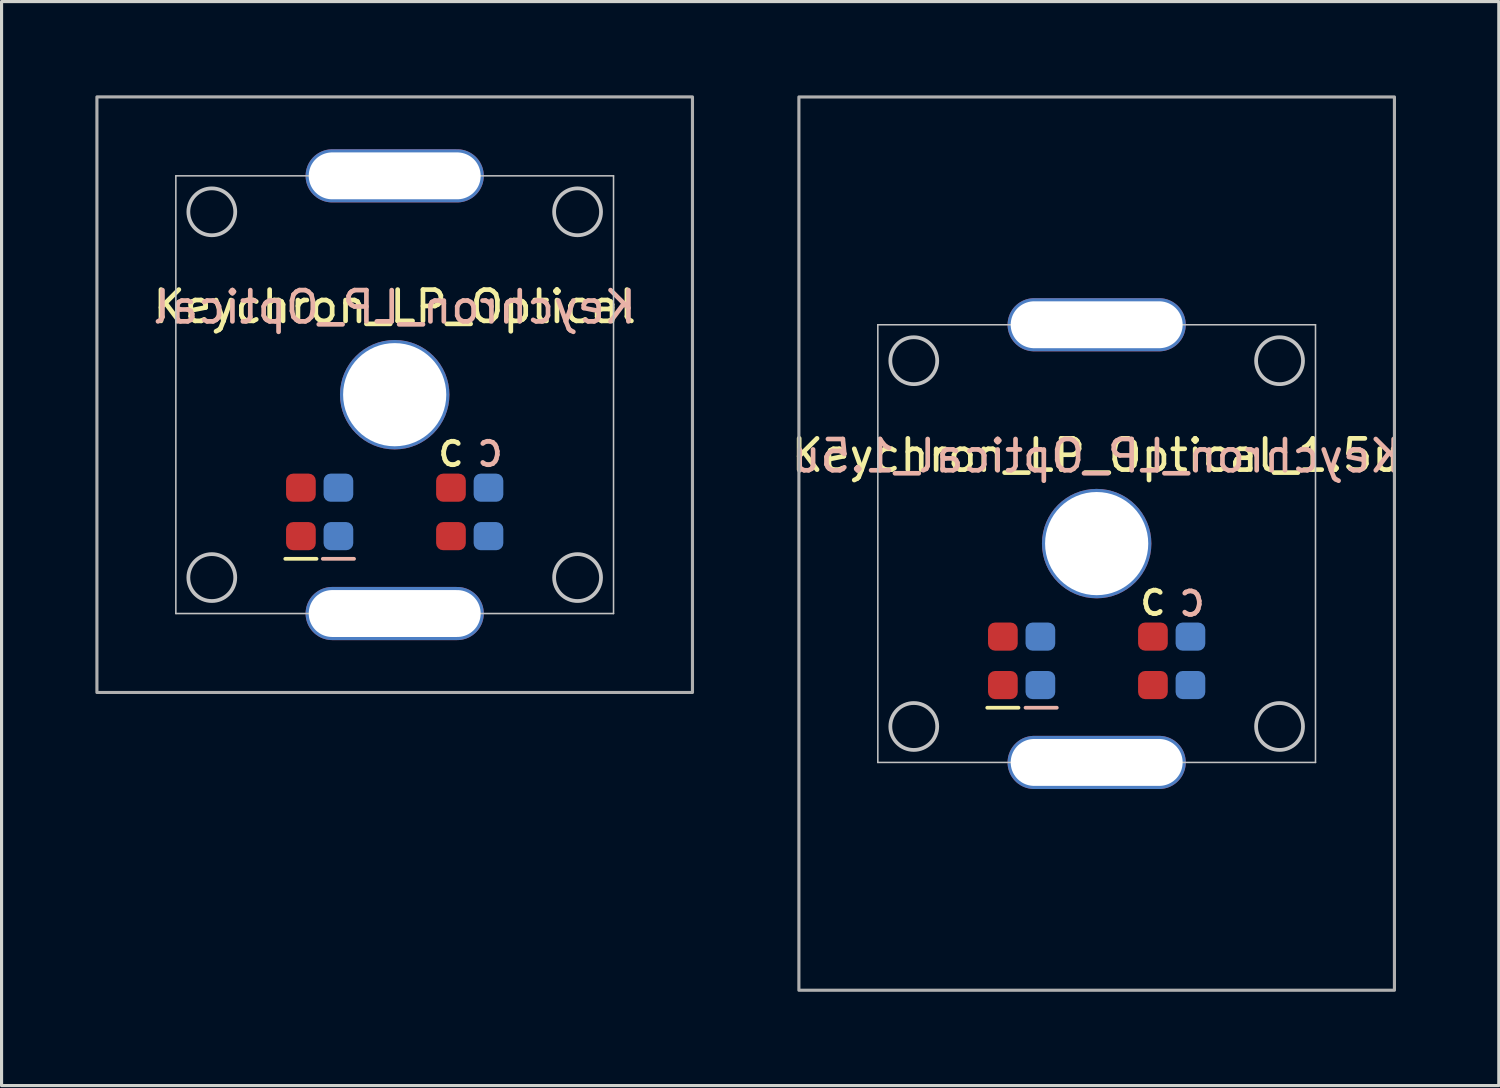
<source format=kicad_pcb>
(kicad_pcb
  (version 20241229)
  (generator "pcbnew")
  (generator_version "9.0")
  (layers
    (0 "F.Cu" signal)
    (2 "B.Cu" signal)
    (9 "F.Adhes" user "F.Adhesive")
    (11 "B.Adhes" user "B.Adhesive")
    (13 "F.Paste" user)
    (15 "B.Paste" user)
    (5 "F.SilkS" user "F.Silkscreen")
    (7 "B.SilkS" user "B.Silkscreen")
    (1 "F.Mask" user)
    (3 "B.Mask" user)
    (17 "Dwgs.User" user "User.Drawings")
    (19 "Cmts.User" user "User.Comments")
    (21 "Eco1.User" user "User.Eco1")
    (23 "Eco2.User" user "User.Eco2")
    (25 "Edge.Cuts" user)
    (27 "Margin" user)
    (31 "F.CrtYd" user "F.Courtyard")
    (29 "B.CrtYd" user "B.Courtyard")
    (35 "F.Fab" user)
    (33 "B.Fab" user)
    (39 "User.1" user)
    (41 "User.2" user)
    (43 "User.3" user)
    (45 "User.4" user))
  (footprint "Keychron_LP_Optical"
    (layer "F.Cu")
    (at 9.575 9.575)
    (property "Reference" "Keychron_LP_Optical" (at 0 -2.8 0) (unlocked yes) (layer "B.SilkS") (effects (font (size 1 1) (thickness 0.15)) (justify mirror)))
    (attr smd)
    (fp_line (start -3.5 5.25) (end -2.5 5.25) (stroke (width 0.12) (type solid)) (layer "F.SilkS"))
    (fp_line (start -2.3 5.25) (end -1.3 5.25) (stroke (width 0.12) (type solid)) (layer "B.SilkS"))
    (fp_line (start -7 -7) (end 7 -7) (stroke (width 0.05) (type solid)) (layer "Dwgs.User"))
    (fp_line (start -7 7) (end -7 -7) (stroke (width 0.05) (type solid)) (layer "Dwgs.User"))
    (fp_line (start 7 -7) (end 7 7) (stroke (width 0.05) (type solid)) (layer "Dwgs.User"))
    (fp_line (start 7 7) (end -7 7) (stroke (width 0.05) (type solid)) (layer "Dwgs.User"))
    (fp_circle (center -5.85 -5.85) (end -5.1 -5.85) (stroke (width 0.12) (type solid)) (fill no) (layer "Dwgs.User"))
    (fp_circle (center -5.85 5.85) (end -5.1 5.85) (stroke (width 0.12) (type solid)) (fill no) (layer "Dwgs.User"))
    (fp_circle (center 5.85 -5.85) (end 6.6 -5.85) (stroke (width 0.12) (type solid)) (fill no) (layer "Dwgs.User"))
    (fp_circle (center 5.85 5.85) (end 6.6 5.85) (stroke (width 0.12) (type solid)) (fill no) (layer "Dwgs.User"))
    (fp_rect (start -9.525 -9.525) (end 9.525 9.525) (stroke (width 0.1) (type solid)) (fill no) (layer "F.Fab"))
    (fp_rect (start -4 2.25) (end -2 5.25) (stroke (width 0.12) (type solid)) (fill no) (layer "User.2"))
    (fp_rect (start -0.8 -5.55) (end 0.8 -4.05) (stroke (width 0.12) (type solid)) (fill no) (layer "User.2"))
    (fp_rect (start 0.8 2.25) (end 2.8 5.25) (stroke (width 0.12) (type solid)) (fill no) (layer "User.2"))
    (fp_circle (center -3 3.75) (end -2 3.75) (stroke (width 0.12) (type solid)) (fill no) (layer "User.2"))
    (fp_circle (center 0 -4.8) (end 0.75 -4.8) (stroke (width 0.12) (type solid)) (fill no) (layer "User.2"))
    (fp_circle (center 1.8 3.75) (end 2.8 3.75) (stroke (width 0.12) (type solid)) (fill no) (layer "User.2"))
    (fp_rect (start -2.8 2.25) (end -0.8 5.25) (stroke (width 0.12) (type solid)) (fill no) (layer "User.3"))
    (fp_rect (start 2 2.25) (end 4 5.25) (stroke (width 0.12) (type solid)) (fill no) (layer "User.3"))
    (fp_circle (center -1.8 3.75) (end -0.8 3.75) (stroke (width 0.12) (type solid)) (fill no) (layer "User.3"))
    (fp_circle (center 3 3.75) (end 4 3.75) (stroke (width 0.12) (type solid)) (fill no) (layer "User.3"))
    (fp_circle (center 0 0) (end 3.75 0) (stroke (width 0.12) (type solid)) (fill no) (layer "User.7"))
    (fp_circle (center 0 0) (end 5.5 0) (stroke (width 0.12) (type solid)) (fill no) (layer "User.7"))
    (fp_text user "${REFERENCE}" (at 0 -2.816 0) (unlocked yes) (layer "F.SilkS") (effects (font (size 1 1) (thickness 0.15))))
    (fp_text user "C" (at 1.8 1.9 0) (unlocked yes) (layer "F.SilkS") (effects (font (size 0.75 0.75) (thickness 0.15))))
    (fp_text user "C" (at 3.05 1.9 0) (unlocked yes) (layer "B.SilkS") (effects (font (size 0.75 0.75) (thickness 0.15)) (justify mirror)))
    (pad "" np_thru_hole oval (at 0 -7) (size 5.7 1.7) (drill oval 5.5 1.5) (layers "*.Cu" "*.Mask"))
    (pad "" np_thru_hole circle (at 0 0) (size 3.5 3.5) (drill 3.3) (layers "*.Cu" "*.Mask"))
    (pad "" np_thru_hole oval (at 0 7) (size 5.7 1.7) (drill oval 5.5 1.5) (layers "*.Cu" "*.Mask"))
    (pad "1" smd roundrect (at -3.1 3.8) (size 0.001 0.001) (layers "F.Cu" "F.Mask" "F.Paste") (roundrect_rratio 0.25))
    (pad "1" smd roundrect (at -3 2.975 270) (size 0.9 0.95) (layers "F.Cu" "F.Mask" "F.Paste") (roundrect_rratio 0.25))
    (pad "1" smd roundrect (at -1.8 2.975 270) (size 0.9 0.95) (layers "B.Cu" "B.Mask" "B.Paste") (roundrect_rratio 0.25))
    (pad "2" smd roundrect (at -3.15 3.7) (size 0.001 0.001) (layers "F.Cu" "F.Mask" "F.Paste") (roundrect_rratio 0.25))
    (pad "2" smd roundrect (at -3 4.525 270) (size 0.9 0.95) (layers "F.Cu" "F.Mask" "F.Paste") (roundrect_rratio 0.25))
    (pad "2" smd roundrect (at -1.8 4.525 270) (size 0.9 0.95) (layers "B.Cu" "B.Mask" "B.Paste") (roundrect_rratio 0.25))
    (pad "3" smd roundrect (at -3.15 3.7) (size 0.001 0.001) (layers "F.Cu" "F.Mask" "F.Paste") (roundrect_rratio 0.25))
    (pad "3" smd roundrect (at 1.8 2.975 270) (size 0.9 0.95) (layers "F.Cu" "F.Mask" "F.Paste") (roundrect_rratio 0.25))
    (pad "3" smd roundrect (at 3 2.975 270) (size 0.9 0.95) (layers "B.Cu" "B.Mask" "B.Paste") (roundrect_rratio 0.25))
    (pad "4" smd roundrect (at -3.25 3.6) (size 0.001 0.001) (layers "F.Cu" "F.Mask" "F.Paste") (roundrect_rratio 0.25))
    (pad "4" smd roundrect (at 1.8 4.525 270) (size 0.9 0.95) (layers "F.Cu" "F.Mask" "F.Paste") (roundrect_rratio 0.25))
    (pad "4" smd roundrect (at 3 4.525 270) (size 0.9 0.95) (layers "B.Cu" "B.Mask" "B.Paste") (roundrect_rratio 0.25))
    (pad "5" smd roundrect (at -5.45 0.5) (size 0.001 0.001) (layers "F.Cu" "F.Mask" "F.Paste") (roundrect_rratio 0.25)))
  (footprint "Keychron_LP_Optical_1.5u"
    (layer "F.Cu")
    (at 32.029 14.338)
    (property "Reference" "Keychron_LP_Optical_1.5u" (at 0 -2.8 0) (unlocked yes) (layer "B.SilkS") (effects (font (size 1 1) (thickness 0.15)) (justify mirror)))
    (attr smd)
    (fp_line (start -3.5 5.25) (end -2.5 5.25) (stroke (width 0.12) (type solid)) (layer "F.SilkS"))
    (fp_line (start -2.275 5.25) (end -1.275 5.25) (stroke (width 0.12) (type solid)) (layer "B.SilkS"))
    (fp_line (start -7 -7) (end 7 -7) (stroke (width 0.05) (type solid)) (layer "Dwgs.User"))
    (fp_line (start -7 7) (end -7 -7) (stroke (width 0.05) (type solid)) (layer "Dwgs.User"))
    (fp_line (start 7 -7) (end 7 7) (stroke (width 0.05) (type solid)) (layer "Dwgs.User"))
    (fp_line (start 7 7) (end -7 7) (stroke (width 0.05) (type solid)) (layer "Dwgs.User"))
    (fp_circle (center -5.85 -5.85) (end -5.1 -5.85) (stroke (width 0.12) (type solid)) (fill no) (layer "Dwgs.User"))
    (fp_circle (center -5.85 5.85) (end -5.1 5.85) (stroke (width 0.12) (type solid)) (fill no) (layer "Dwgs.User"))
    (fp_circle (center 5.85 -5.85) (end 6.6 -5.85) (stroke (width 0.12) (type solid)) (fill no) (layer "Dwgs.User"))
    (fp_circle (center 5.85 5.85) (end 6.6 5.85) (stroke (width 0.12) (type solid)) (fill no) (layer "Dwgs.User"))
    (fp_rect (start -9.525 -14.287) (end 9.525 14.287) (stroke (width 0.1) (type solid)) (fill no) (layer "F.Fab"))
    (fp_rect (start -4 2.25) (end -2 5.25) (stroke (width 0.12) (type solid)) (fill no) (layer "User.2"))
    (fp_rect (start -0.8 -5.55) (end 0.8 -4.05) (stroke (width 0.12) (type solid)) (fill no) (layer "User.2"))
    (fp_rect (start 0.8 2.25) (end 2.8 5.25) (stroke (width 0.12) (type solid)) (fill no) (layer "User.2"))
    (fp_circle (center -3 3.75) (end -2 3.75) (stroke (width 0.12) (type solid)) (fill no) (layer "User.2"))
    (fp_circle (center 0 -4.8) (end 0.75 -4.8) (stroke (width 0.12) (type solid)) (fill no) (layer "User.2"))
    (fp_circle (center 1.8 3.75) (end 2.8 3.75) (stroke (width 0.12) (type solid)) (fill no) (layer "User.2"))
    (fp_rect (start -2.8 2.25) (end -0.8 5.25) (stroke (width 0.12) (type solid)) (fill no) (layer "User.3"))
    (fp_rect (start 2 2.25) (end 4 5.25) (stroke (width 0.12) (type solid)) (fill no) (layer "User.3"))
    (fp_circle (center -1.8 3.75) (end -0.8 3.75) (stroke (width 0.12) (type solid)) (fill no) (layer "User.3"))
    (fp_circle (center 3 3.75) (end 4 3.75) (stroke (width 0.12) (type solid)) (fill no) (layer "User.3"))
    (fp_circle (center 0 0) (end 3.75 0) (stroke (width 0.12) (type solid)) (fill no) (layer "User.7"))
    (fp_circle (center 0 0) (end 5.5 0) (stroke (width 0.12) (type solid)) (fill no) (layer "User.7"))
    (fp_text user "C" (at 1.8 1.9 0) (unlocked yes) (layer "F.SilkS") (effects (font (size 0.75 0.75) (thickness 0.15))))
    (fp_text user "${REFERENCE}" (at -0.016 -2.821 0) (unlocked yes) (layer "F.SilkS") (effects (font (size 1 1) (thickness 0.15))))
    (fp_text user "C" (at 3.05 1.925 0) (unlocked yes) (layer "B.SilkS") (effects (font (size 0.75 0.75) (thickness 0.15)) (justify mirror)))
    (pad "" np_thru_hole oval (at 0 -7) (size 5.7 1.7) (drill oval 5.5 1.5) (layers "*.Cu" "*.Mask"))
    (pad "" np_thru_hole circle (at 0 0) (size 3.5 3.5) (drill 3.3) (layers "*.Cu" "*.Mask"))
    (pad "" np_thru_hole oval (at 0 7) (size 5.7 1.7) (drill oval 5.5 1.5) (layers "*.Cu" "*.Mask"))
    (pad "1" smd roundrect (at -3.1 3.8) (size 0.001 0.001) (layers "F.Cu" "F.Mask" "F.Paste") (roundrect_rratio 0.25))
    (pad "1" smd roundrect (at -3 2.975 270) (size 0.9 0.95) (layers "F.Cu" "F.Mask" "F.Paste") (roundrect_rratio 0.25))
    (pad "1" smd roundrect (at -1.8 2.975 270) (size 0.9 0.95) (layers "B.Cu" "B.Mask" "B.Paste") (roundrect_rratio 0.25))
    (pad "2" smd roundrect (at -3.15 3.7) (size 0.001 0.001) (layers "F.Cu" "F.Mask" "F.Paste") (roundrect_rratio 0.25))
    (pad "2" smd roundrect (at -3 4.525 270) (size 0.9 0.95) (layers "F.Cu" "F.Mask" "F.Paste") (roundrect_rratio 0.25))
    (pad "2" smd roundrect (at -1.8 4.525 270) (size 0.9 0.95) (layers "B.Cu" "B.Mask" "B.Paste") (roundrect_rratio 0.25))
    (pad "3" smd roundrect (at -3.15 3.7) (size 0.001 0.001) (layers "F.Cu" "F.Mask" "F.Paste") (roundrect_rratio 0.25))
    (pad "3" smd roundrect (at 1.8 2.975 270) (size 0.9 0.95) (layers "F.Cu" "F.Mask" "F.Paste") (roundrect_rratio 0.25))
    (pad "3" smd roundrect (at 3 2.975 270) (size 0.9 0.95) (layers "B.Cu" "B.Mask" "B.Paste") (roundrect_rratio 0.25))
    (pad "4" smd roundrect (at -3.25 3.6) (size 0.001 0.001) (layers "F.Cu" "F.Mask" "F.Paste") (roundrect_rratio 0.25))
    (pad "4" smd roundrect (at 1.8 4.525 270) (size 0.9 0.95) (layers "F.Cu" "F.Mask" "F.Paste") (roundrect_rratio 0.25))
    (pad "4" smd roundrect (at 3 4.525 270) (size 0.9 0.95) (layers "B.Cu" "B.Mask" "B.Paste") (roundrect_rratio 0.25))
    (pad "5" smd roundrect (at -5.45 0.5) (size 0.001 0.001) (layers "F.Cu" "F.Mask" "F.Paste") (roundrect_rratio 0.25)))
  (gr_rect
    (start -3 -3)
    (end 44.892 31.675)
    (stroke (width 0.1) (type default))
    (fill no)
    (layer "Edge.Cuts")))
</source>
